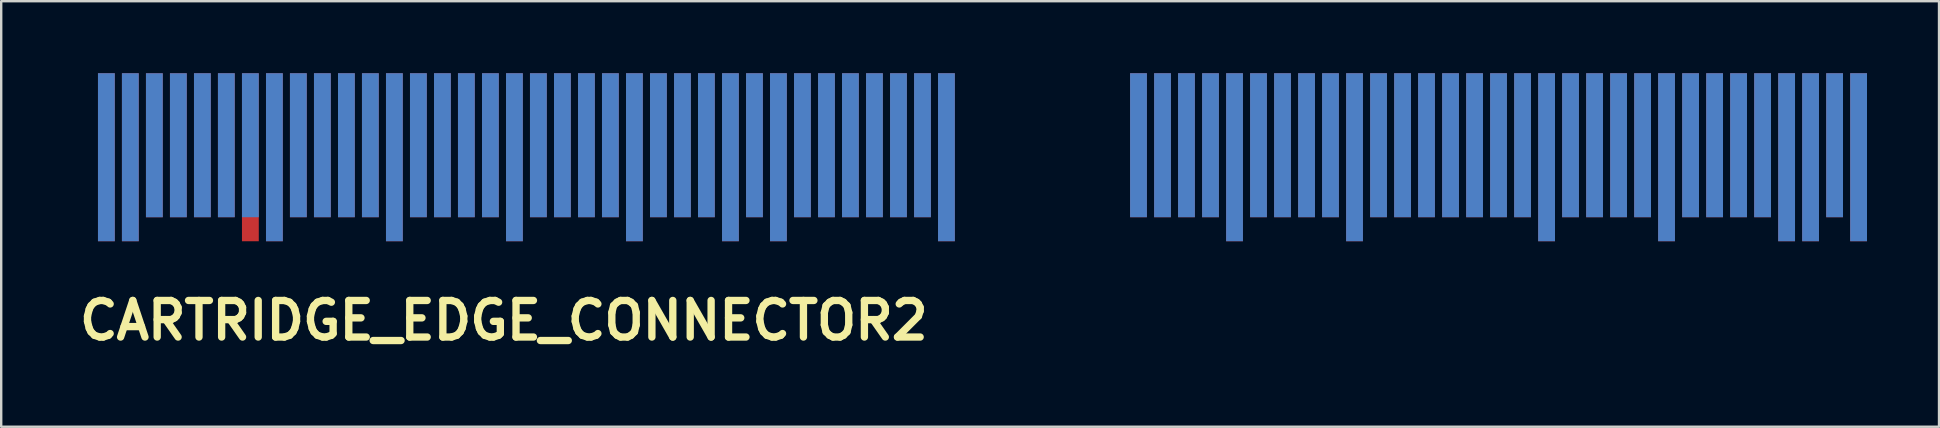
<source format=kicad_pcb>
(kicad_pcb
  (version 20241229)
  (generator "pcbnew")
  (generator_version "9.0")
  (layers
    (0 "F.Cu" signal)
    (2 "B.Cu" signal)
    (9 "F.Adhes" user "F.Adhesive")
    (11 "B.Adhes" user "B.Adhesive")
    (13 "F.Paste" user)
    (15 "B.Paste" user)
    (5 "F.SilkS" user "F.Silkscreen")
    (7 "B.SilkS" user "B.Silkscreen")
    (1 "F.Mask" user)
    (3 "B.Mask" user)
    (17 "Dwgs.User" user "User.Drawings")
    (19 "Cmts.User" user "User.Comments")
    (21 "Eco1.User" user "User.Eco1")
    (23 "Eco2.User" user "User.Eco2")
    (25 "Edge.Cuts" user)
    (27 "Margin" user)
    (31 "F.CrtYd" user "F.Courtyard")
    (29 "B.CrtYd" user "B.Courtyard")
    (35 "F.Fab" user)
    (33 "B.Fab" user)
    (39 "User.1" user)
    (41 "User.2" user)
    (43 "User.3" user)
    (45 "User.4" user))
  (footprint "CARTRIDGE_EDGE_CONNECTOR2"
    (layer "F.Cu")
    (at 0.381 8.001)
    (property "Reference" "CARTRIDGE_EDGE_CONNECTOR2" (at 17.559 2.301 0) (layer "F.SilkS") (effects (font (size 1.524 1.524) (thickness 0.305))))
    (attr through_hole)
    (pad "A1" smd rect (at 1.001 -4.501) (size 0.701 7) (layers "F.Mask" "B.Cu" "F.Paste"))
    (pad "A2" smd rect (at 1.999 -4.501) (size 0.701 7) (layers "F.Mask" "B.Cu" "F.Paste"))
    (pad "A3" smd rect (at 3 -5) (size 0.701 5.999) (layers "F.Mask" "B.Cu" "F.Paste"))
    (pad "A4" smd rect (at 4 -5) (size 0.701 5.999) (layers "F.Mask" "B.Cu" "F.Paste"))
    (pad "A5" smd rect (at 5.001 -5.001) (size 0.701 5.999) (layers "F.Mask" "B.Cu" "F.Paste"))
    (pad "A6" smd rect (at 5.999 -5.001) (size 0.701 5.999) (layers "F.Mask" "B.Cu" "F.Paste"))
    (pad "A7" smd rect (at 7 -5.001) (size 0.701 5.999) (layers "F.Mask" "B.Cu" "F.Paste"))
    (pad "A8" smd rect (at 8.001 -4.501) (size 0.701 7) (layers "F.Mask" "B.Cu" "F.Paste"))
    (pad "A9" smd rect (at 8.999 -5.001) (size 0.701 5.999) (layers "F.Mask" "B.Cu" "F.Paste"))
    (pad "A10" smd rect (at 10 -5.001) (size 0.701 5.999) (layers "F.Mask" "B.Cu" "F.Paste"))
    (pad "A11" smd rect (at 11.001 -5.001) (size 0.701 5.999) (layers "F.Mask" "B.Cu" "F.Paste"))
    (pad "A12" smd rect (at 11.999 -5.001) (size 0.701 5.999) (layers "F.Mask" "B.Cu" "F.Paste"))
    (pad "A13" smd rect (at 13 -4.501) (size 0.701 7) (layers "F.Mask" "B.Cu" "F.Paste"))
    (pad "A14" smd rect (at 14 -5.001) (size 0.701 5.999) (layers "F.Mask" "B.Cu" "F.Paste"))
    (pad "A15" smd rect (at 15.001 -5.001) (size 0.701 5.999) (layers "F.Mask" "B.Cu" "F.Paste"))
    (pad "A16" smd rect (at 15.999 -5.001) (size 0.701 5.999) (layers "F.Mask" "B.Cu" "F.Paste"))
    (pad "A17" smd rect (at 17 -5.001) (size 0.701 5.999) (layers "F.Mask" "B.Cu" "F.Paste"))
    (pad "A18" smd rect (at 18.001 -4.501) (size 0.701 7) (layers "F.Mask" "B.Cu" "F.Paste"))
    (pad "A19" smd rect (at 18.999 -5.001) (size 0.701 5.999) (layers "F.Mask" "B.Cu" "F.Paste"))
    (pad "A20" smd rect (at 20 -5.001) (size 0.701 5.999) (layers "F.Mask" "B.Cu" "F.Paste"))
    (pad "A21" smd rect (at 21.001 -5.001) (size 0.701 5.999) (layers "F.Mask" "B.Cu" "F.Paste"))
    (pad "A22" smd rect (at 21.999 -5.001) (size 0.701 5.999) (layers "F.Mask" "B.Cu" "F.Paste"))
    (pad "A23" smd rect (at 23 -4.501) (size 0.701 7) (layers "F.Mask" "B.Cu" "F.Paste"))
    (pad "A24" smd rect (at 24 -5.001) (size 0.701 5.999) (layers "F.Mask" "B.Cu" "F.Paste"))
    (pad "A25" smd rect (at 25.001 -5.001) (size 0.701 5.999) (layers "F.Mask" "B.Cu" "F.Paste"))
    (pad "A26" smd rect (at 25.999 -5.001) (size 0.701 5.999) (layers "F.Mask" "B.Cu" "F.Paste"))
    (pad "A27" smd rect (at 27 -4.501) (size 0.701 7) (layers "F.Mask" "B.Cu" "F.Paste"))
    (pad "A28" smd rect (at 28.001 -5.001) (size 0.701 5.999) (layers "F.Mask" "B.Cu" "F.Paste"))
    (pad "A29" smd rect (at 28.999 -4.501) (size 0.701 7) (layers "F.Mask" "B.Cu" "F.Paste"))
    (pad "A30" smd rect (at 30 -5.001) (size 0.701 5.999) (layers "F.Mask" "B.Cu" "F.Paste"))
    (pad "A31" smd rect (at 31.001 -5.001) (size 0.701 5.999) (layers "F.Mask" "B.Cu" "F.Paste"))
    (pad "A32" smd rect (at 31.999 -5.001) (size 0.701 5.999) (layers "F.Mask" "B.Cu" "F.Paste"))
    (pad "A33" smd rect (at 33 -5.001) (size 0.701 5.999) (layers "F.Mask" "B.Cu" "F.Paste"))
    (pad "A34" smd rect (at 34 -5.001) (size 0.701 5.999) (layers "F.Mask" "B.Cu" "F.Paste"))
    (pad "A35" smd rect (at 35.001 -5.001) (size 0.701 5.999) (layers "F.Mask" "B.Cu" "F.Paste"))
    (pad "A36" smd rect (at 35.999 -4.501) (size 0.701 7) (layers "F.Mask" "B.Cu" "F.Paste"))
    (pad "A37" smd rect (at 44 -5.001) (size 0.701 5.999) (layers "F.Mask" "B.Cu" "F.Paste"))
    (pad "A38" smd rect (at 45.001 -5.001) (size 0.701 5.999) (layers "F.Mask" "B.Cu" "F.Paste"))
    (pad "A39" smd rect (at 45.999 -5.001) (size 0.701 5.999) (layers "F.Mask" "B.Cu" "F.Paste"))
    (pad "A40" smd rect (at 47 -5.001) (size 0.701 5.999) (layers "F.Mask" "B.Cu" "F.Paste"))
    (pad "A41" smd rect (at 48.001 -4.501) (size 0.701 7) (layers "F.Mask" "B.Cu" "F.Paste"))
    (pad "A42" smd rect (at 48.999 -5.001) (size 0.701 5.999) (layers "F.Mask" "B.Cu" "F.Paste"))
    (pad "A43" smd rect (at 50 -5.001) (size 0.701 5.999) (layers "F.Mask" "B.Cu" "F.Paste"))
    (pad "A44" smd rect (at 51.001 -5.001) (size 0.701 5.999) (layers "F.Mask" "B.Cu" "F.Paste"))
    (pad "A45" smd rect (at 51.999 -5.001) (size 0.701 5.999) (layers "F.Mask" "B.Cu" "F.Paste"))
    (pad "A46" smd rect (at 53 -4.501) (size 0.701 7) (layers "F.Mask" "B.Cu" "F.Paste"))
    (pad "A47" smd rect (at 54 -5.001) (size 0.701 5.999) (layers "F.Mask" "B.Cu" "F.Paste"))
    (pad "A48" smd rect (at 55.001 -5.001) (size 0.701 5.999) (layers "F.Mask" "B.Cu" "F.Paste"))
    (pad "A49" smd rect (at 55.999 -5.001) (size 0.701 5.999) (layers "F.Mask" "B.Cu" "F.Paste"))
    (pad "A50" smd rect (at 57 -5.001) (size 0.701 5.999) (layers "F.Mask" "B.Cu" "F.Paste"))
    (pad "A51" smd rect (at 58.001 -5.001) (size 0.701 5.999) (layers "F.Mask" "B.Cu" "F.Paste"))
    (pad "A52" smd rect (at 58.999 -5.001) (size 0.701 5.999) (layers "F.Mask" "B.Cu" "F.Paste"))
    (pad "A53" smd rect (at 60 -5.001) (size 0.701 5.999) (layers "F.Mask" "B.Cu" "F.Paste"))
    (pad "A54" smd rect (at 61.001 -4.501) (size 0.701 7) (layers "F.Mask" "B.Cu" "F.Paste"))
    (pad "A55" smd rect (at 61.999 -5.001) (size 0.701 5.999) (layers "F.Mask" "B.Cu" "F.Paste"))
    (pad "A56" smd rect (at 63 -5.001) (size 0.701 5.999) (layers "F.Mask" "B.Cu" "F.Paste"))
    (pad "A57" smd rect (at 64 -5.001) (size 0.701 5.999) (layers "F.Mask" "B.Cu" "F.Paste"))
    (pad "A58" smd rect (at 65.001 -5.001) (size 0.701 5.999) (layers "F.Mask" "B.Cu" "F.Paste"))
    (pad "A59" smd rect (at 65.999 -4.501) (size 0.701 7) (layers "F.Mask" "B.Cu" "F.Paste"))
    (pad "A60" smd rect (at 67 -5.001) (size 0.701 5.999) (layers "F.Mask" "B.Cu" "F.Paste"))
    (pad "A61" smd rect (at 68.001 -5.001) (size 0.701 5.999) (layers "F.Mask" "B.Cu" "F.Paste"))
    (pad "A62" smd rect (at 68.999 -5.001) (size 0.701 5.999) (layers "F.Mask" "B.Cu" "F.Paste"))
    (pad "A63" smd rect (at 70 -5.001) (size 0.701 5.999) (layers "F.Mask" "B.Cu" "F.Paste"))
    (pad "A64" smd rect (at 71.001 -4.501) (size 0.701 7) (layers "F.Mask" "B.Cu" "F.Paste"))
    (pad "A65" smd rect (at 71.999 -4.501) (size 0.701 7) (layers "F.Mask" "B.Cu" "F.Paste"))
    (pad "A66" smd rect (at 73 -5.001) (size 0.701 5.999) (layers "F.Mask" "B.Cu" "F.Paste"))
    (pad "A67" smd rect (at 74 -4.501) (size 0.701 7) (layers "F.Mask" "B.Cu" "F.Paste"))
    (pad "B1" smd rect (at 1.001 -4.501) (size 0.701 7) (layers "F.Cu" "F.Mask" "F.Paste"))
    (pad "B2" smd rect (at 1.999 -4.501) (size 0.701 7) (layers "F.Cu" "F.Mask" "F.Paste"))
    (pad "B3" smd rect (at 3 -5) (size 0.701 5.999) (layers "F.Cu" "F.Mask" "F.Paste"))
    (pad "B4" smd rect (at 4 -5.001) (size 0.701 5.999) (layers "F.Cu" "F.Mask" "F.Paste"))
    (pad "B5" smd rect (at 5.001 -5.001) (size 0.701 5.999) (layers "F.Cu" "F.Mask" "F.Paste"))
    (pad "B6" smd rect (at 5.999 -5.001) (size 0.701 5.999) (layers "F.Cu" "F.Mask" "F.Paste"))
    (pad "B7" smd rect (at 7 -4.5) (size 0.701 7) (layers "F.Cu" "F.Mask" "F.Paste"))
    (pad "B8" smd rect (at 8.001 -4.501) (size 0.701 7) (layers "F.Cu" "F.Mask" "F.Paste"))
    (pad "B9" smd rect (at 8.999 -5.001) (size 0.701 5.999) (layers "F.Cu" "F.Mask" "F.Paste"))
    (pad "B10" smd rect (at 10 -5.001) (size 0.701 5.999) (layers "F.Cu" "F.Mask" "F.Paste"))
    (pad "B11" smd rect (at 11.001 -5.001) (size 0.701 5.999) (layers "F.Cu" "F.Mask" "F.Paste"))
    (pad "B12" smd rect (at 11.999 -5.001) (size 0.701 5.999) (layers "F.Cu" "F.Mask" "F.Paste"))
    (pad "B13" smd rect (at 13 -4.501) (size 0.701 7) (layers "F.Cu" "F.Mask" "F.Paste"))
    (pad "B14" smd rect (at 14 -5.001) (size 0.701 5.999) (layers "F.Cu" "F.Mask" "F.Paste"))
    (pad "B15" smd rect (at 15.001 -5.001) (size 0.701 5.999) (layers "F.Cu" "F.Mask" "F.Paste"))
    (pad "B16" smd rect (at 15.999 -5.001) (size 0.701 5.999) (layers "F.Cu" "F.Mask" "F.Paste"))
    (pad "B17" smd rect (at 17 -5.001) (size 0.701 5.999) (layers "F.Cu" "F.Mask" "F.Paste"))
    (pad "B18" smd rect (at 18.001 -4.501) (size 0.701 7) (layers "F.Cu" "F.Mask" "F.Paste"))
    (pad "B19" smd rect (at 18.999 -5.001) (size 0.701 5.999) (layers "F.Cu" "F.Mask" "F.Paste"))
    (pad "B20" smd rect (at 20 -5.001) (size 0.701 5.999) (layers "F.Cu" "F.Mask" "F.Paste"))
    (pad "B21" smd rect (at 21.001 -5.001) (size 0.701 5.999) (layers "F.Cu" "F.Mask" "F.Paste"))
    (pad "B22" smd rect (at 21.999 -5.001) (size 0.701 5.999) (layers "F.Cu" "F.Mask" "F.Paste"))
    (pad "B23" smd rect (at 23 -4.501) (size 0.701 7) (layers "F.Cu" "F.Mask" "F.Paste"))
    (pad "B24" smd rect (at 24 -5.001) (size 0.701 5.999) (layers "F.Cu" "F.Mask" "F.Paste"))
    (pad "B25" smd rect (at 25.001 -5.001) (size 0.701 5.999) (layers "F.Cu" "F.Mask" "F.Paste"))
    (pad "B26" smd rect (at 25.999 -5.001) (size 0.701 5.999) (layers "F.Cu" "F.Mask" "F.Paste"))
    (pad "B27" smd rect (at 27 -4.501) (size 0.701 7) (layers "F.Cu" "F.Mask" "F.Paste"))
    (pad "B28" smd rect (at 28.001 -5.001) (size 0.701 5.999) (layers "F.Cu" "F.Mask" "F.Paste"))
    (pad "B29" smd rect (at 28.999 -4.501) (size 0.701 7) (layers "F.Cu" "F.Mask" "F.Paste"))
    (pad "B30" smd rect (at 30 -5.001) (size 0.701 5.999) (layers "F.Cu" "F.Mask" "F.Paste"))
    (pad "B31" smd rect (at 31.001 -5.001) (size 0.701 5.999) (layers "F.Cu" "F.Mask" "F.Paste"))
    (pad "B32" smd rect (at 31.999 -5.001) (size 0.701 5.999) (layers "F.Cu" "F.Mask" "F.Paste"))
    (pad "B33" smd rect (at 33 -5.001) (size 0.701 5.999) (layers "F.Cu" "F.Mask" "F.Paste"))
    (pad "B34" smd rect (at 34 -5.001) (size 0.701 5.999) (layers "F.Cu" "F.Mask" "F.Paste"))
    (pad "B35" smd rect (at 35.001 -5.001) (size 0.701 5.999) (layers "F.Cu" "F.Mask" "F.Paste"))
    (pad "B36" smd rect (at 35.999 -4.501) (size 0.701 7) (layers "F.Cu" "F.Mask" "F.Paste"))
    (pad "B37" smd rect (at 44 -5.001) (size 0.701 5.999) (layers "F.Cu" "F.Mask" "F.Paste"))
    (pad "B38" smd rect (at 45.001 -5.001) (size 0.701 5.999) (layers "F.Cu" "F.Mask" "F.Paste"))
    (pad "B39" smd rect (at 45.999 -5.001) (size 0.701 5.999) (layers "F.Cu" "F.Mask" "F.Paste"))
    (pad "B40" smd rect (at 47 -5.001) (size 0.701 5.999) (layers "F.Cu" "F.Mask" "F.Paste"))
    (pad "B41" smd rect (at 48.001 -4.501) (size 0.701 7) (layers "F.Cu" "F.Mask" "F.Paste"))
    (pad "B42" smd rect (at 48.999 -5.001) (size 0.701 5.999) (layers "F.Cu" "F.Mask" "F.Paste"))
    (pad "B43" smd rect (at 50 -5.001) (size 0.701 5.999) (layers "F.Cu" "F.Mask" "F.Paste"))
    (pad "B44" smd rect (at 51.001 -5.001) (size 0.701 5.999) (layers "F.Cu" "F.Mask" "F.Paste"))
    (pad "B45" smd rect (at 51.999 -5.001) (size 0.701 5.999) (layers "F.Cu" "F.Mask" "F.Paste"))
    (pad "B46" smd rect (at 53 -4.501) (size 0.701 7) (layers "F.Cu" "F.Mask" "F.Paste"))
    (pad "B47" smd rect (at 54 -5.001) (size 0.701 5.999) (layers "F.Cu" "F.Mask" "F.Paste"))
    (pad "B48" smd rect (at 55.001 -5.001) (size 0.701 5.999) (layers "F.Cu" "F.Mask" "F.Paste"))
    (pad "B49" smd rect (at 55.999 -5.001) (size 0.701 5.999) (layers "F.Cu" "F.Mask" "F.Paste"))
    (pad "B50" smd rect (at 57 -5.001) (size 0.701 5.999) (layers "F.Cu" "F.Mask" "F.Paste"))
    (pad "B51" smd rect (at 58.001 -5.001) (size 0.701 5.999) (layers "F.Cu" "F.Mask" "F.Paste"))
    (pad "B52" smd rect (at 58.999 -5.001) (size 0.701 5.999) (layers "F.Cu" "F.Mask" "F.Paste"))
    (pad "B53" smd rect (at 60 -5.001) (size 0.701 5.999) (layers "F.Cu" "F.Mask" "F.Paste"))
    (pad "B54" smd rect (at 61.001 -4.501) (size 0.701 7) (layers "F.Cu" "F.Mask" "F.Paste"))
    (pad "B55" smd rect (at 61.999 -5.001) (size 0.701 5.999) (layers "F.Cu" "F.Mask" "F.Paste"))
    (pad "B56" smd rect (at 63 -5.001) (size 0.701 5.999) (layers "F.Cu" "F.Mask" "F.Paste"))
    (pad "B57" smd rect (at 64 -5.001) (size 0.701 5.999) (layers "F.Cu" "F.Mask" "F.Paste"))
    (pad "B58" smd rect (at 65.001 -5.001) (size 0.701 5.999) (layers "F.Cu" "F.Mask" "F.Paste"))
    (pad "B59" smd rect (at 65.999 -4.501) (size 0.701 7) (layers "F.Cu" "F.Mask" "F.Paste"))
    (pad "B60" smd rect (at 67 -5.001) (size 0.701 5.999) (layers "F.Cu" "F.Mask" "F.Paste"))
    (pad "B61" smd rect (at 68.001 -5.001) (size 0.701 5.999) (layers "F.Cu" "F.Mask" "F.Paste"))
    (pad "B62" smd rect (at 68.999 -5.001) (size 0.701 5.999) (layers "F.Cu" "F.Mask" "F.Paste"))
    (pad "B63" smd rect (at 70 -5.001) (size 0.701 5.999) (layers "F.Cu" "F.Mask" "F.Paste"))
    (pad "B64" smd rect (at 71.001 -4.501) (size 0.701 7) (layers "F.Cu" "F.Mask" "F.Paste"))
    (pad "B65" smd rect (at 71.999 -4.501) (size 0.701 7) (layers "F.Cu" "F.Mask" "F.Paste"))
    (pad "B66" smd rect (at 73 -5.001) (size 0.701 5.999) (layers "F.Cu" "F.Mask" "F.Paste"))
    (pad "B67" smd rect (at 74 -4.501) (size 0.701 7) (layers "F.Cu" "F.Mask" "F.Paste")))
  (gr_rect
    (start -3 -3)
    (end 77.732 14.729)
    (stroke (width 0.1) (type default))
    (fill no)
    (layer "Edge.Cuts")))
</source>
